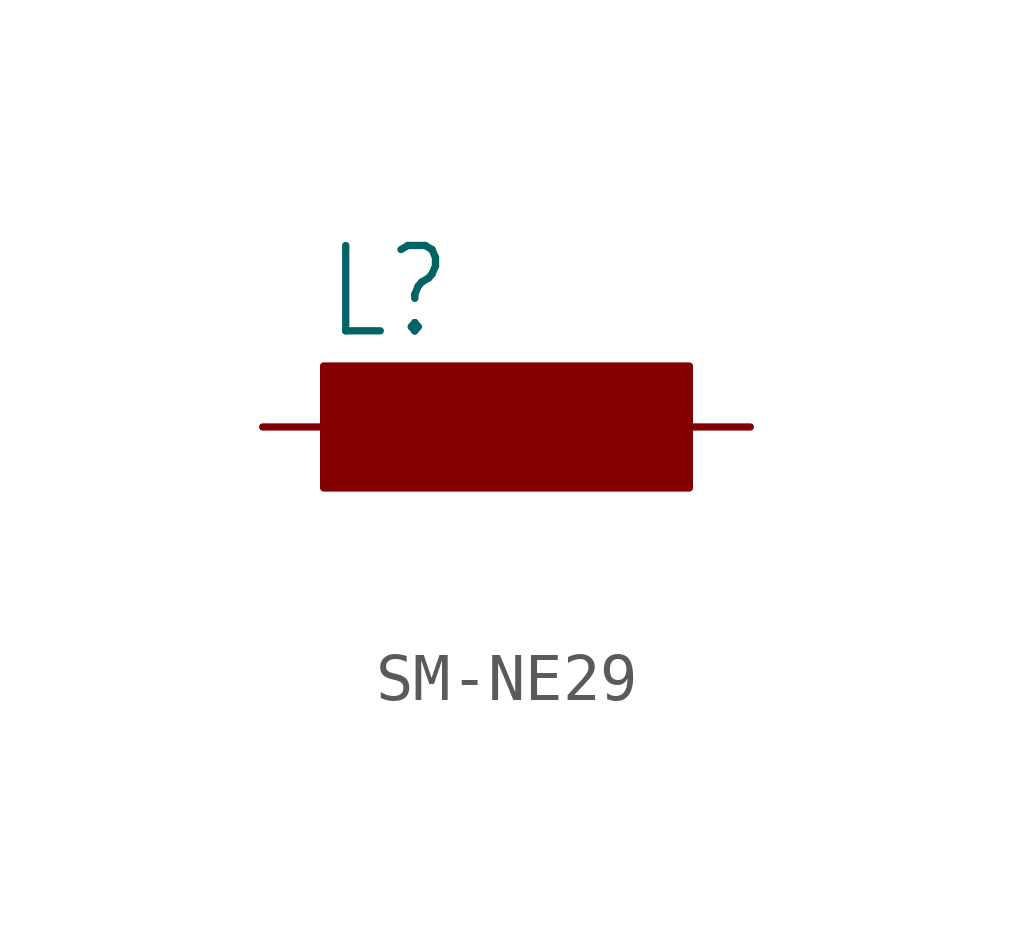
<source format=kicad_sym>
(kicad_symbol_lib
  (version 20220914)
  (generator kicad_symbol_editor)
  (symbol "SM-NE29"
    (property "Reference" "L"
      (at -3.81 1.778 0)
      (effects (font (size 1.778 1.511)) (justify left bottom)))
    (property "Value" ""
      (at -3.81 -3.556 0)
      (effects (font (size 1.778 1.511)) (justify left bottom)))
    (property "ki_locked" ""
      (at 0 0 0)
      (effects (font (size 1.27 1.27))))
    (symbol "SM-NE29_1_0"
      (rectangle (start -3.81 -1.27) (end 3.81 1.27) (stroke (width 0) (type default)) (fill (type outline)))
      (pin passive line (at -5.08 0 0) (length 2.54) (name "1" (effects (font (size 0 0)))) (number "1" (effects (font (size 0 0)))))
      (pin passive line (at 5.08 0 180) (length 2.54) (name "2" (effects (font (size 0 0)))) (number "2" (effects (font (size 0 0))))))))
</source>
